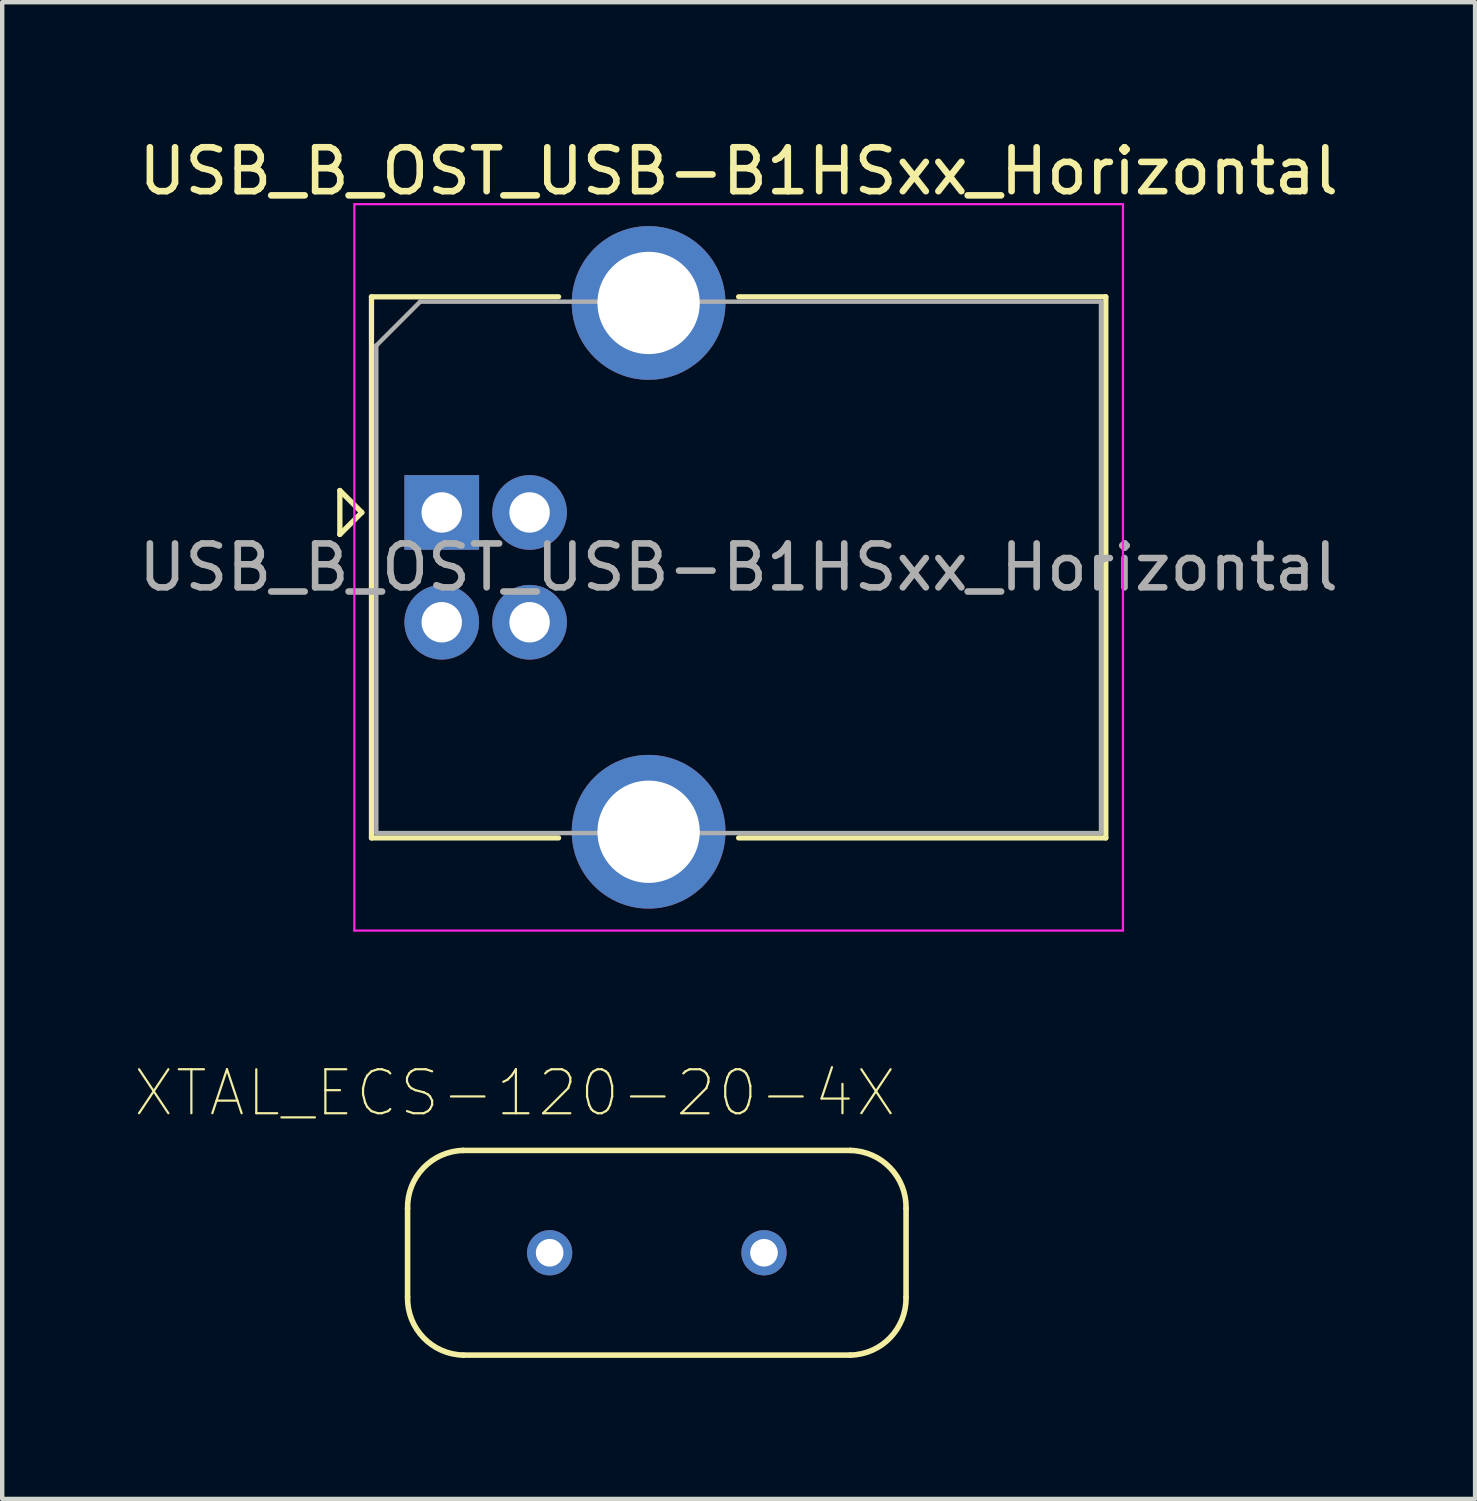
<source format=kicad_pcb>
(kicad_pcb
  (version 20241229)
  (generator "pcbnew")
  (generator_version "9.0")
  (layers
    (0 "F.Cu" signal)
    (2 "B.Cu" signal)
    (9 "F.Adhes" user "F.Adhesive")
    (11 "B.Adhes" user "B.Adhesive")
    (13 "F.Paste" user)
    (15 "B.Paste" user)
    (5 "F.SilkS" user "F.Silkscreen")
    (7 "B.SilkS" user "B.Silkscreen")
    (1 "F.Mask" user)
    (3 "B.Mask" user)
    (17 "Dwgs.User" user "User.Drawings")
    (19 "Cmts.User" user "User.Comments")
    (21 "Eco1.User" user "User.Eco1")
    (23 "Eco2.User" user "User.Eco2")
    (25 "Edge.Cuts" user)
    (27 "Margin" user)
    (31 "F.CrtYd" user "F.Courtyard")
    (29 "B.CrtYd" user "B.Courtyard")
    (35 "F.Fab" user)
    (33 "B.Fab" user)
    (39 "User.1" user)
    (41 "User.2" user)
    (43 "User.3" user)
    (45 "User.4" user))
  (footprint "XTAL_ECS-120-20-4X"
    (layer "F.Cu")
    (at 11.905 25.474)
    (property "Reference" "XTAL_ECS-120-20-4X" (at -3.233 -3.638 0) (layer "F.SilkS") (effects (font (size 1.001 1.001) (thickness 0.05))))
    (attr through_hole)
    (fp_line (start -5.675 1.01) (end -5.675 -1.01) (stroke (width 0.127) (type solid)) (layer "F.SilkS"))
    (fp_line (start -4.405 -2.33) (end 4.405 -2.33) (stroke (width 0.127) (type solid)) (layer "F.SilkS"))
    (fp_line (start 4.405 2.33) (end -4.405 2.33) (stroke (width 0.127) (type solid)) (layer "F.SilkS"))
    (fp_line (start 5.675 -1.01) (end 5.675 1.01) (stroke (width 0.127) (type solid)) (layer "F.SilkS"))
    (fp_arc (start -5.675 -1.01) (mid -5.313381 -1.933026) (end -4.405 -2.33) (stroke (width 0.127) (type solid)) (layer "F.SilkS"))
    (fp_arc (start -4.405 2.33) (mid -5.313381 1.933026) (end -5.675 1.01) (stroke (width 0.127) (type solid)) (layer "F.SilkS"))
    (fp_arc (start 4.405 -2.33) (mid 5.313381 -1.933026) (end 5.675 -1.01) (stroke (width 0.127) (type solid)) (layer "F.SilkS"))
    (fp_arc (start 5.675 1.01) (mid 5.313381 1.933026) (end 4.405 2.33) (stroke (width 0.127) (type solid)) (layer "F.SilkS"))
    (fp_line (start -6 1.01) (end -6 -1.01) (stroke (width 0.05) (type solid)) (layer "Eco1.User"))
    (fp_line (start -4.43 -2.58) (end 4.43 -2.58) (stroke (width 0.05) (type solid)) (layer "Eco1.User"))
    (fp_line (start 4.43 2.58) (end -4.43 2.58) (stroke (width 0.05) (type solid)) (layer "Eco1.User"))
    (fp_line (start 6 -1.01) (end 6 1.01) (stroke (width 0.05) (type solid)) (layer "Eco1.User"))
    (fp_arc (start -6 -1.01) (mid -5.540158 -2.120158) (end -4.43 -2.58) (stroke (width 0.05) (type solid)) (layer "Eco1.User"))
    (fp_arc (start -4.43 2.58) (mid -5.540158 2.120158) (end -6 1.01) (stroke (width 0.05) (type solid)) (layer "Eco1.User"))
    (fp_arc (start 4.43 -2.58) (mid 5.540158 -2.120158) (end 6 -1.01) (stroke (width 0.05) (type solid)) (layer "Eco1.User"))
    (fp_arc (start 6 1.01) (mid 5.540158 2.120158) (end 4.43 2.58) (stroke (width 0.05) (type solid)) (layer "Eco1.User"))
    (fp_line (start -5.675 1.01) (end -5.675 -1.01) (stroke (width 0.127) (type solid)) (layer "Eco2.User"))
    (fp_line (start -4.405 -2.33) (end 4.405 -2.33) (stroke (width 0.127) (type solid)) (layer "Eco2.User"))
    (fp_line (start 4.405 2.33) (end -4.405 2.33) (stroke (width 0.127) (type solid)) (layer "Eco2.User"))
    (fp_line (start 5.675 -1.01) (end 5.675 1.01) (stroke (width 0.127) (type solid)) (layer "Eco2.User"))
    (fp_arc (start -5.675 -1.01) (mid -5.313381 -1.933026) (end -4.405 -2.33) (stroke (width 0.127) (type solid)) (layer "Eco2.User"))
    (fp_arc (start -4.405 2.33) (mid -5.313381 1.933026) (end -5.675 1.01) (stroke (width 0.127) (type solid)) (layer "Eco2.User"))
    (fp_arc (start 4.405 -2.33) (mid 5.313381 -1.933026) (end 5.675 -1.01) (stroke (width 0.127) (type solid)) (layer "Eco2.User"))
    (fp_arc (start 5.675 1.01) (mid 5.313381 1.933026) (end 4.405 2.33) (stroke (width 0.127) (type solid)) (layer "Eco2.User"))
    (pad "1" thru_hole circle (at -2.44 0) (size 1.03 1.03) (drill 0.63) (layers "*.Cu" "*.Mask"))
    (pad "2" thru_hole circle (at 2.44 0) (size 1.03 1.03) (drill 0.63) (layers "*.Cu" "*.Mask")))
  (footprint "USB_B_OST_USB-B1HSxx_Horizontal"
    (layer "F.Cu")
    (at 7.008 8.618)
    (property "Reference" "USB_B_OST_USB-B1HSxx_Horizontal" (at 6.76 -7.77 0) (layer "F.SilkS") (effects (font (size 1 1) (thickness 0.15))))
    (attr through_hole)
    (fp_line (start -2.32 -0.5) (end -2.32 0.5) (stroke (width 0.12) (type solid)) (layer "F.SilkS"))
    (fp_line (start -2.32 0.5) (end -1.82 0) (stroke (width 0.12) (type solid)) (layer "F.SilkS"))
    (fp_line (start -1.82 0) (end -2.32 -0.5) (stroke (width 0.12) (type solid)) (layer "F.SilkS"))
    (fp_line (start -1.6 -4.91) (end -1.6 7.41) (stroke (width 0.12) (type solid)) (layer "F.SilkS"))
    (fp_line (start -1.6 7.41) (end 2.66 7.41) (stroke (width 0.12) (type solid)) (layer "F.SilkS"))
    (fp_line (start 2.66 -4.91) (end -1.6 -4.91) (stroke (width 0.12) (type solid)) (layer "F.SilkS"))
    (fp_line (start 6.76 -4.91) (end 15.12 -4.91) (stroke (width 0.12) (type solid)) (layer "F.SilkS"))
    (fp_line (start 15.12 -4.91) (end 15.12 7.41) (stroke (width 0.12) (type solid)) (layer "F.SilkS"))
    (fp_line (start 15.12 7.41) (end 6.76 7.41) (stroke (width 0.12) (type solid)) (layer "F.SilkS"))
    (fp_line (start -1.99 -7.02) (end -1.99 9.52) (stroke (width 0.05) (type solid)) (layer "F.CrtYd"))
    (fp_line (start -1.99 9.52) (end 15.51 9.52) (stroke (width 0.05) (type solid)) (layer "F.CrtYd"))
    (fp_line (start 15.51 -7.02) (end -1.99 -7.02) (stroke (width 0.05) (type solid)) (layer "F.CrtYd"))
    (fp_line (start 15.51 9.52) (end 15.51 -7.02) (stroke (width 0.05) (type solid)) (layer "F.CrtYd"))
    (fp_line (start -1.49 -3.8) (end -0.49 -4.8) (stroke (width 0.1) (type solid)) (layer "F.Fab"))
    (fp_line (start -1.49 7.3) (end -1.49 -3.8) (stroke (width 0.1) (type solid)) (layer "F.Fab"))
    (fp_line (start -0.49 -4.8) (end 15.01 -4.8) (stroke (width 0.1) (type solid)) (layer "F.Fab"))
    (fp_line (start 15.01 -4.8) (end 15.01 7.3) (stroke (width 0.1) (type solid)) (layer "F.Fab"))
    (fp_line (start 15.01 7.3) (end -1.49 7.3) (stroke (width 0.1) (type solid)) (layer "F.Fab"))
    (fp_text user "${REFERENCE}" (at 6.76 1.25 0) (layer "F.Fab") (effects (font (size 1 1) (thickness 0.15))))
    (pad "1" thru_hole rect (at 0 0) (size 1.7 1.7) (drill 0.92) (layers "*.Cu" "*.Mask"))
    (pad "2" thru_hole circle (at 0 2.5) (size 1.7 1.7) (drill 0.92) (layers "*.Cu" "*.Mask"))
    (pad "3" thru_hole circle (at 2 2.5) (size 1.7 1.7) (drill 0.92) (layers "*.Cu" "*.Mask"))
    (pad "4" thru_hole circle (at 2 0) (size 1.7 1.7) (drill 0.92) (layers "*.Cu" "*.Mask"))
    (pad "5" thru_hole circle (at 4.71 -4.77) (size 3.5 3.5) (drill 2.33) (layers "*.Cu" "*.Mask"))
    (pad "5" thru_hole circle (at 4.71 7.27) (size 3.5 3.5) (drill 2.33) (layers "*.Cu" "*.Mask")))
  (gr_rect
    (start -3 -3)
    (end 30.536 31.079)
    (stroke (width 0.1) (type default))
    (fill no)
    (layer "Edge.Cuts")))
</source>
